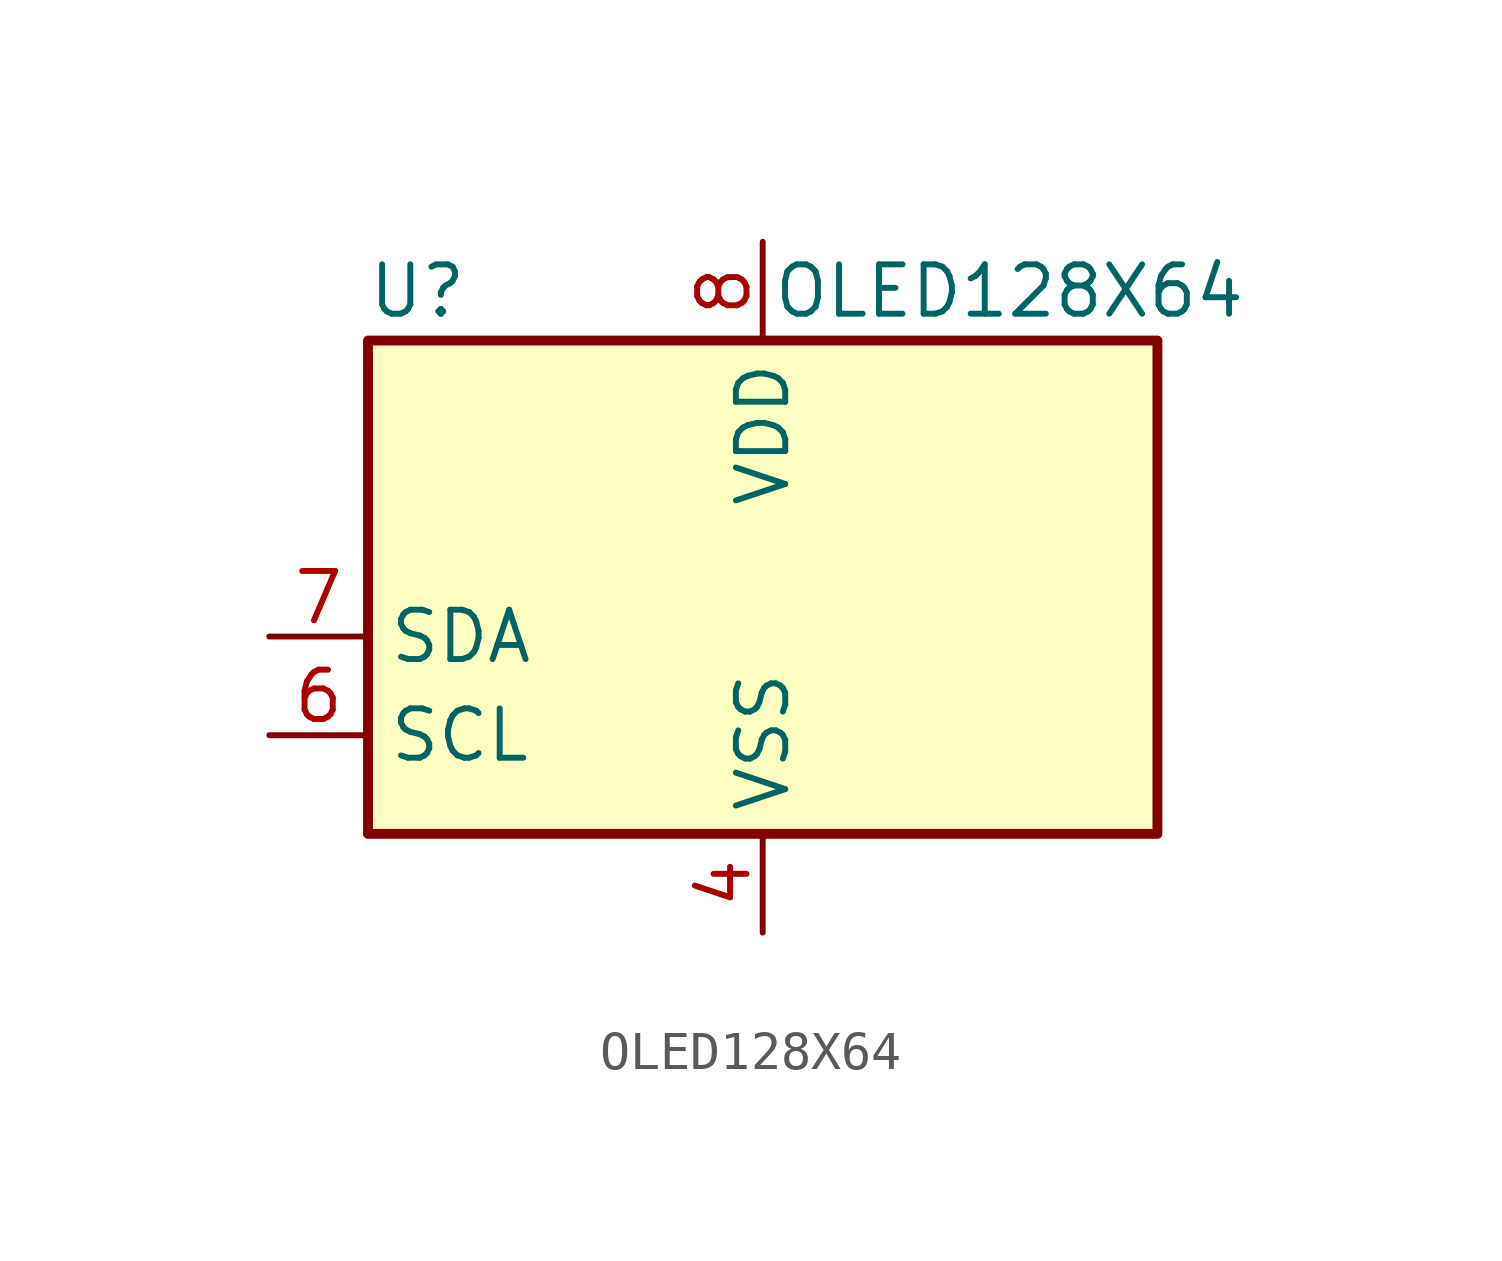
<source format=kicad_sym>
(kicad_symbol_lib
  (version 20231120)
  (generator "kicad_symbol_editor")
  (generator_version "8.0")
  (symbol "OLED128X64"
    (property "Reference" "U"
      (at -8.89 6.35 0)
      (effects (font (size 1.27 1.27))))
    (property "Value" "OLED128X64"
      (at 6.35 6.35 0)
      (effects (font (size 1.27 1.27))))
    (symbol "OLED128X64_0_1"
      (rectangle (start -10.16 5.08) (end 10.16 -7.62) (stroke (width 0.254) (type default)) (fill (type background))))
    (symbol "OLED128X64_1_1"
      (pin power_in line (at 0 -10.16 90) (length 2.54) (name "VSS" (effects (font (size 1.27 1.27)))) (number "4" (effects (font (size 1.27 1.27)))))
      (pin input line (at -12.7 -5.08 0) (length 2.54) (name "SCL" (effects (font (size 1.27 1.27)))) (number "6" (effects (font (size 1.27 1.27)))))
      (pin bidirectional line (at -12.7 -2.54 0) (length 2.54) (name "SDA" (effects (font (size 1.27 1.27)))) (number "7" (effects (font (size 1.27 1.27)))))
      (pin power_in line (at 0 7.62 270) (length 2.54) (name "VDD" (effects (font (size 1.27 1.27)))) (number "8" (effects (font (size 1.27 1.27))))))))
</source>
